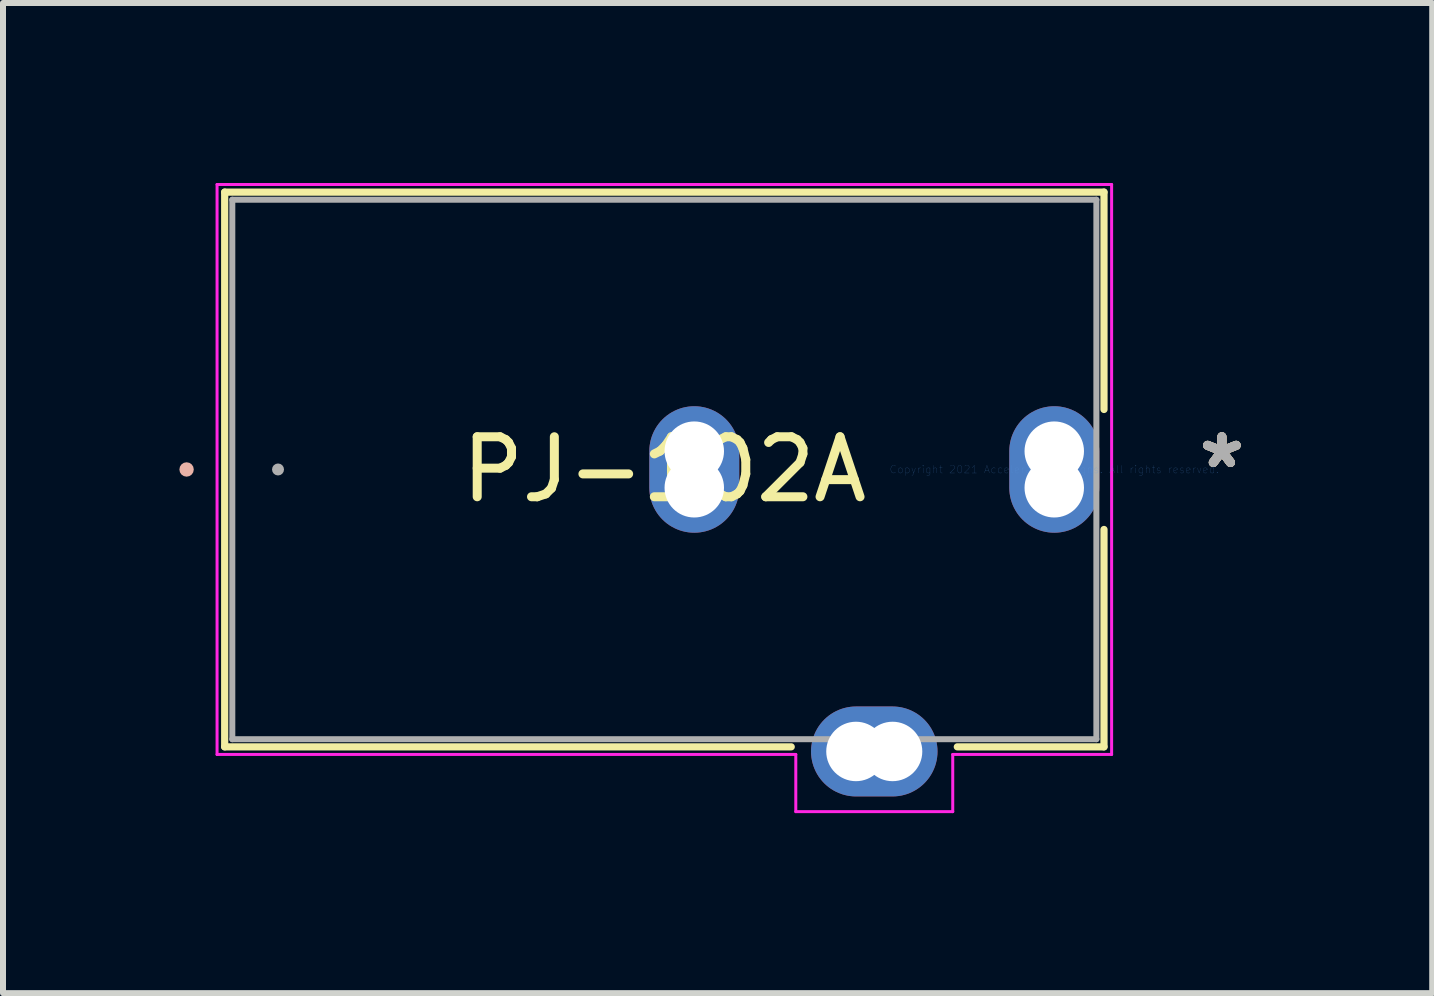
<source format=kicad_pcb>
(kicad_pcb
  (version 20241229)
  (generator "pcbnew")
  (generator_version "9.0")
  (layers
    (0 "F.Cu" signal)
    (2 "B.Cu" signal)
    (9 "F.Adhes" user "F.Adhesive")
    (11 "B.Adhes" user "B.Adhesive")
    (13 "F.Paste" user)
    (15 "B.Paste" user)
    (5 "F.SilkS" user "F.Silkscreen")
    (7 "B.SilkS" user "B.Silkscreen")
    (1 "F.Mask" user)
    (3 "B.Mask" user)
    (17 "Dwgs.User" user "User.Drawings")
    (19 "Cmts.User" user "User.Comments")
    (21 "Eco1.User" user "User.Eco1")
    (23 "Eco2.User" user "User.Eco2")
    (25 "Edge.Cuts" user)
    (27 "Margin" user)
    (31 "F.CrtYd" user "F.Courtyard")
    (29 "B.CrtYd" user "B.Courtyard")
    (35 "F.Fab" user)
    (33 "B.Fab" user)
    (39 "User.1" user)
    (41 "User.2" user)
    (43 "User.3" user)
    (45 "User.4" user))
  (footprint "PJ-102A"
    (layer "F.Cu")
    (at 14.522 4.775)
    (property "Reference" "PJ-102A" (at -6.499 0 0) (layer "F.SilkS") (effects (font (size 1 1) (thickness 0.15))))
    (attr through_hole)
    (fp_line (start -13.827 -4.623) (end -13.827 4.623) (stroke (width 0.12) (type solid)) (layer "F.SilkS"))
    (fp_line (start -13.827 4.623) (end -4.384 4.623) (stroke (width 0.12) (type solid)) (layer "F.SilkS"))
    (fp_line (start -1.616 4.623) (end 0.829 4.623) (stroke (width 0.12) (type solid)) (layer "F.SilkS"))
    (fp_line (start 0.829 -4.623) (end -13.827 -4.623) (stroke (width 0.12) (type solid)) (layer "F.SilkS"))
    (fp_line (start 0.829 -1) (end 0.829 -4.623) (stroke (width 0.12) (type solid)) (layer "F.SilkS"))
    (fp_line (start 0.829 4.623) (end 0.829 1) (stroke (width 0.12) (type solid)) (layer "F.SilkS"))
    (fp_circle (center -14.462 0) (end -14.462 0) (stroke (width 0.12) (type solid)) (fill no) (layer "B.SilkS"))
    (fp_line (start -13.954 -4.75) (end -13.954 4.75) (stroke (width 0.05) (type solid)) (layer "F.CrtYd"))
    (fp_line (start -13.954 4.75) (end -4.308 4.75) (stroke (width 0.05) (type solid)) (layer "F.CrtYd"))
    (fp_line (start -4.308 4.75) (end -4.308 5.703) (stroke (width 0.05) (type solid)) (layer "F.CrtYd"))
    (fp_line (start -4.308 5.703) (end -1.692 5.703) (stroke (width 0.05) (type solid)) (layer "F.CrtYd"))
    (fp_line (start -1.692 4.75) (end 0.956 4.75) (stroke (width 0.05) (type solid)) (layer "F.CrtYd"))
    (fp_line (start -1.692 5.703) (end -1.692 4.75) (stroke (width 0.05) (type solid)) (layer "F.CrtYd"))
    (fp_line (start 0.956 -4.75) (end -13.954 -4.75) (stroke (width 0.05) (type solid)) (layer "F.CrtYd"))
    (fp_line (start 0.956 4.75) (end 0.956 -4.75) (stroke (width 0.05) (type solid)) (layer "F.CrtYd"))
    (fp_line (start -13.7 -4.496) (end -13.7 4.496) (stroke (width 0.1) (type solid)) (layer "F.Fab"))
    (fp_line (start -13.7 4.496) (end 0.702 4.496) (stroke (width 0.1) (type solid)) (layer "F.Fab"))
    (fp_line (start 0.702 -4.496) (end -13.7 -4.496) (stroke (width 0.1) (type solid)) (layer "F.Fab"))
    (fp_line (start 0.702 4.496) (end 0.702 -4.496) (stroke (width 0.1) (type solid)) (layer "F.Fab"))
    (fp_circle (center -12.938 0) (end -12.938 0) (stroke (width 0.1) (type solid)) (fill no) (layer "F.Fab"))
    (fp_text user "*" (at 2.794 0 0) (layer "F.SilkS") (effects (font (size 1 1) (thickness 0.15))))
    (fp_text user "*" (at 2.794 0 0) (layer "F.SilkS") (effects (font (size 1 1) (thickness 0.15))))
    (fp_text user "*" (at 2.794 0 0) (layer "B.SilkS") (effects (font (size 1 1) (thickness 0.15))))
    (fp_text user "Copyright 2021 Accelerated Designs. All rights reserved." (at 0 0 0) (layer "Cmts.User") (effects (font (size 0.127 0.127) (thickness 0.002))))
    (fp_text user "*" (at 2.794 0 0) (layer "F.Fab") (effects (font (size 1 1) (thickness 0.15))))
    (fp_text user "*" (at 2.794 0 0) (layer "F.Fab") (effects (font (size 1 1) (thickness 0.15))))
    (pad "" np_thru_hole circle (at -6 -0.305) (size 0.991 0.991) (drill 0.991) (layers "*.Cu" "*.Mask"))
    (pad "" np_thru_hole circle (at -6 0.305) (size 0.991 0.991) (drill 0.991) (layers "*.Cu" "*.Mask"))
    (pad "" np_thru_hole circle (at -3.305 4.7) (size 0.991 0.991) (drill 0.991) (layers "*.Cu" "*.Mask"))
    (pad "" np_thru_hole circle (at -2.695 4.7) (size 0.991 0.991) (drill 0.991) (layers "*.Cu" "*.Mask"))
    (pad "" np_thru_hole circle (at 0 -0.305 90) (size 0.991 0.991) (drill 0.991) (layers "*.Cu" "*.Mask"))
    (pad "" np_thru_hole circle (at 0 0.305 90) (size 0.991 0.991) (drill 0.991) (layers "*.Cu" "*.Mask"))
    (pad "1" thru_hole oval (at 0 0 90) (size 2.108 1.499) (drill 0.025) (layers "*.Cu" "*.Mask"))
    (pad "2" thru_hole oval (at -6 0 90) (size 2.108 1.499) (drill 0.025) (layers "*.Cu" "*.Mask"))
    (pad "3" thru_hole oval (at -3 4.7) (size 2.108 1.499) (drill 0.025) (layers "*.Cu" "*.Mask")))
  (gr_rect
    (start -3 -3)
    (end 20.822 13.503)
    (stroke (width 0.1) (type default))
    (fill no)
    (layer "Edge.Cuts")))
</source>
